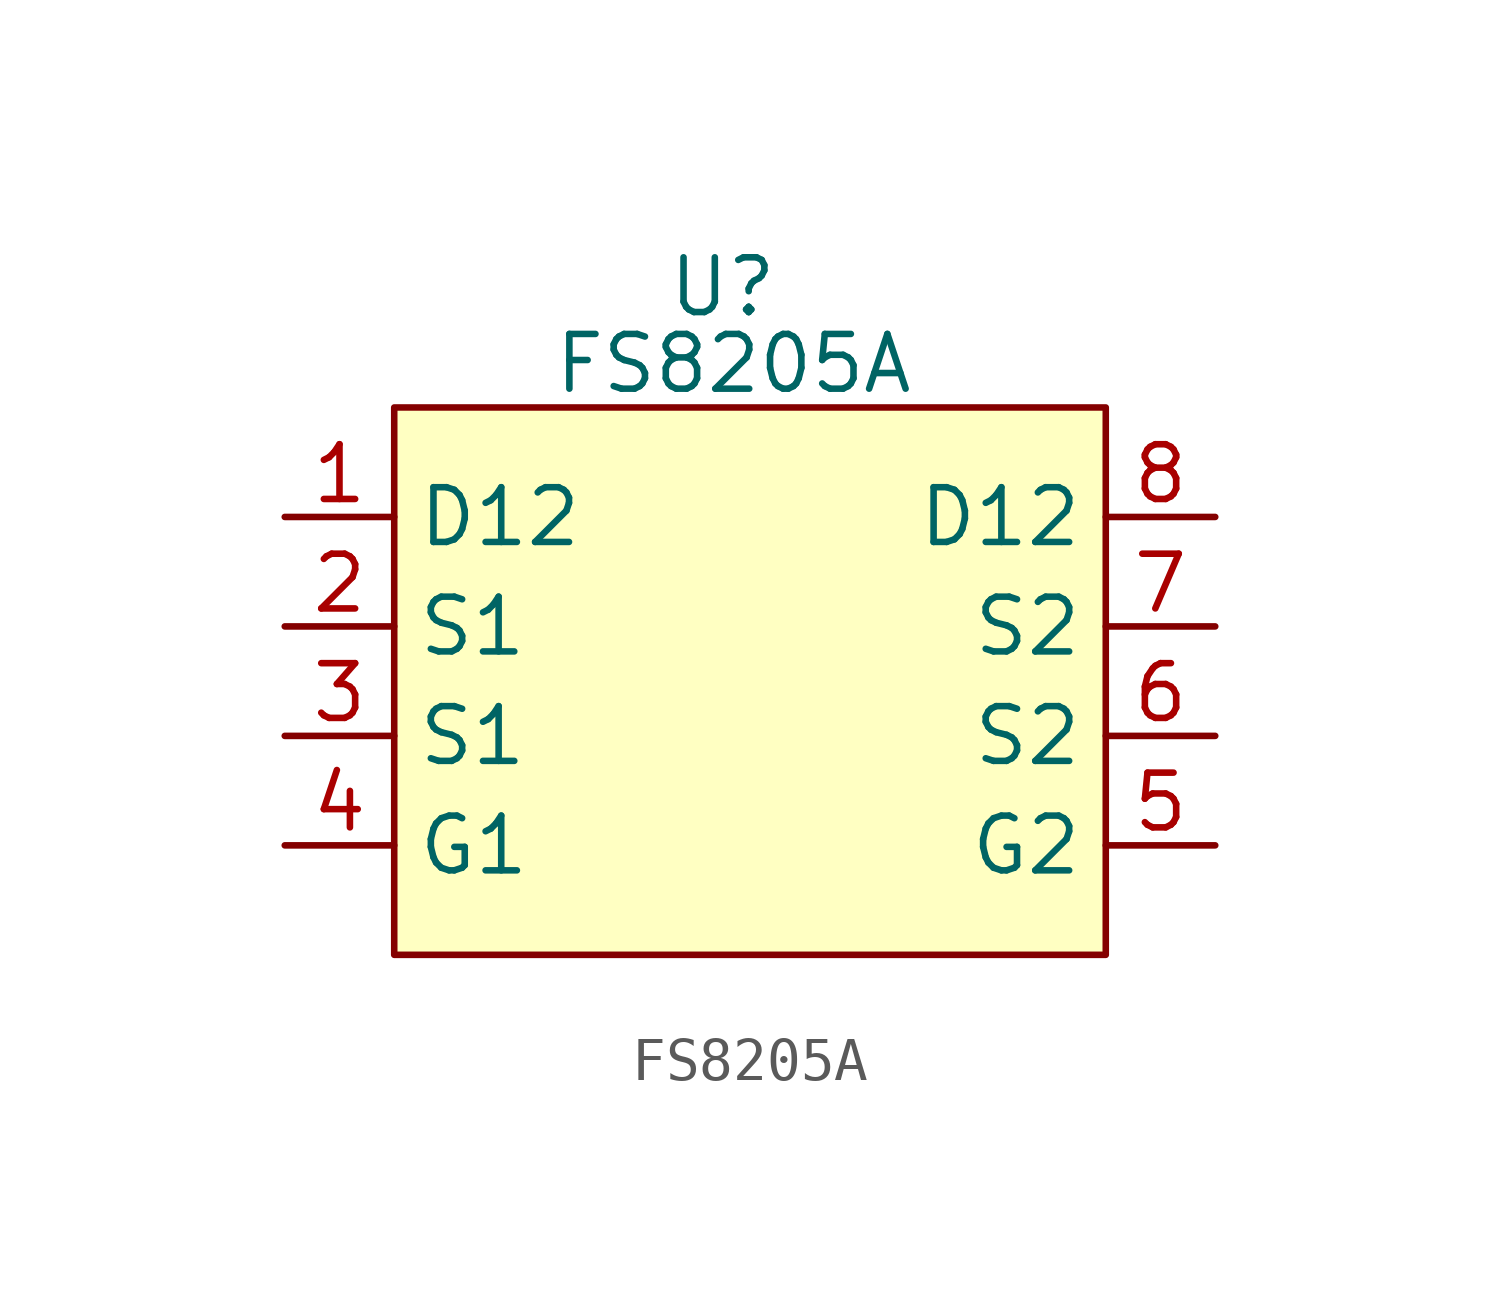
<source format=kicad_sym>
(kicad_symbol_lib
  (version 20231120)
  (generator "kicad_symbol_editor")
  (generator_version "8.0")
  (symbol "FS8205A"
    (property "Reference" "U"
      (at 0 1.524 0)
      (effects (font (size 1.27 1.27))))
    (property "Value" "FS8205A"
      (at 0.254 -0.254 0)
      (effects (font (size 1.27 1.27))))
    (symbol "FS8205A_1_1"
      (rectangle (start -7.62 -1.27) (end 8.89 -13.97) (stroke (width 0) (type default)) (fill (type background)))
      (pin power_out line (at -10.16 -3.81 0) (length 2.54) (name "D12" (effects (font (size 1.27 1.27)))) (number "1" (effects (font (size 1.27 1.27)))))
      (pin power_in line (at -10.16 -6.35 0) (length 2.54) (name "S1" (effects (font (size 1.27 1.27)))) (number "2" (effects (font (size 1.27 1.27)))))
      (pin power_in line (at -10.16 -8.89 0) (length 2.54) (name "S1" (effects (font (size 1.27 1.27)))) (number "3" (effects (font (size 1.27 1.27)))))
      (pin input line (at -10.16 -11.43 0) (length 2.54) (name "G1" (effects (font (size 1.27 1.27)))) (number "4" (effects (font (size 1.27 1.27)))))
      (pin input line (at 11.43 -11.43 180) (length 2.54) (name "G2" (effects (font (size 1.27 1.27)))) (number "5" (effects (font (size 1.27 1.27)))))
      (pin power_in line (at 11.43 -8.89 180) (length 2.54) (name "S2" (effects (font (size 1.27 1.27)))) (number "6" (effects (font (size 1.27 1.27)))))
      (pin power_in line (at 11.43 -6.35 180) (length 2.54) (name "S2" (effects (font (size 1.27 1.27)))) (number "7" (effects (font (size 1.27 1.27)))))
      (pin power_out line (at 11.43 -3.81 180) (length 2.54) (name "D12" (effects (font (size 1.27 1.27)))) (number "8" (effects (font (size 1.27 1.27))))))))
</source>
